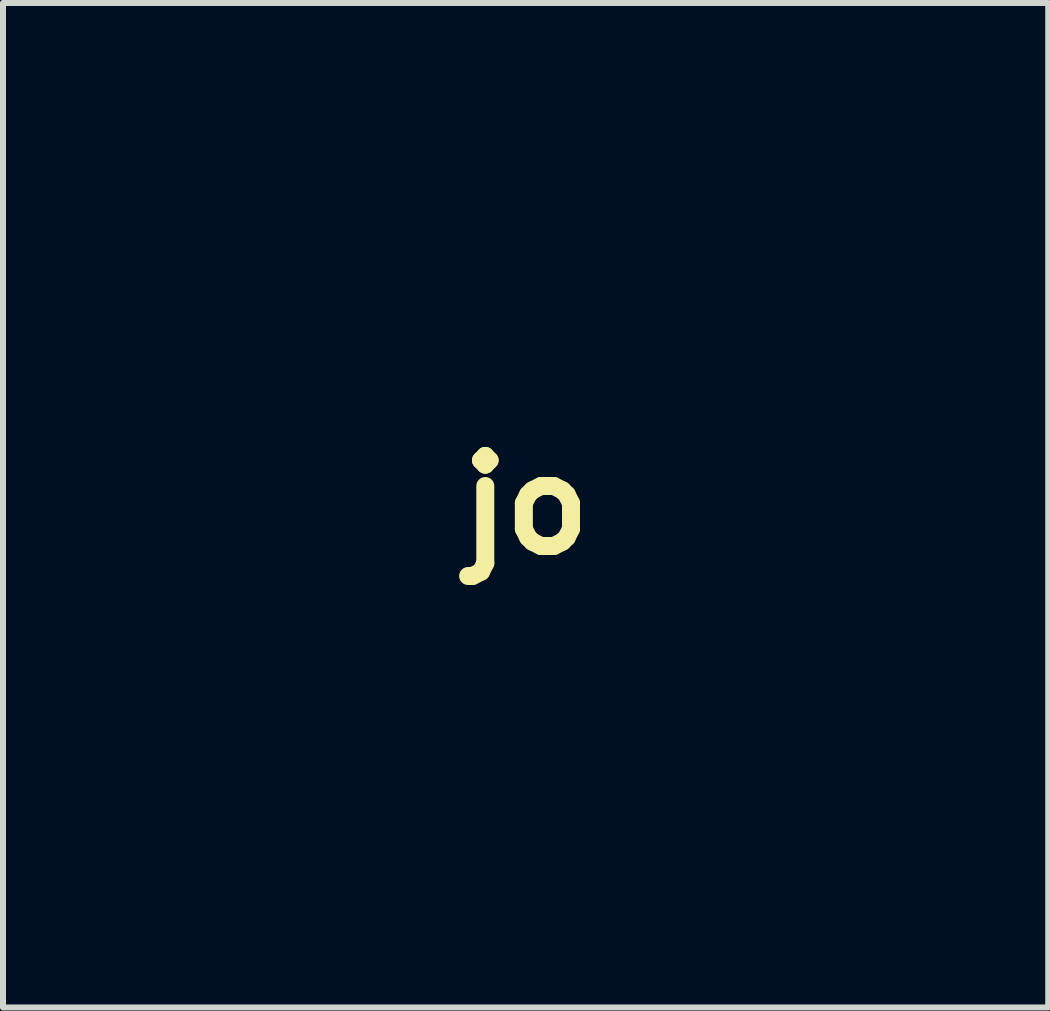
<source format=kicad_pcb>
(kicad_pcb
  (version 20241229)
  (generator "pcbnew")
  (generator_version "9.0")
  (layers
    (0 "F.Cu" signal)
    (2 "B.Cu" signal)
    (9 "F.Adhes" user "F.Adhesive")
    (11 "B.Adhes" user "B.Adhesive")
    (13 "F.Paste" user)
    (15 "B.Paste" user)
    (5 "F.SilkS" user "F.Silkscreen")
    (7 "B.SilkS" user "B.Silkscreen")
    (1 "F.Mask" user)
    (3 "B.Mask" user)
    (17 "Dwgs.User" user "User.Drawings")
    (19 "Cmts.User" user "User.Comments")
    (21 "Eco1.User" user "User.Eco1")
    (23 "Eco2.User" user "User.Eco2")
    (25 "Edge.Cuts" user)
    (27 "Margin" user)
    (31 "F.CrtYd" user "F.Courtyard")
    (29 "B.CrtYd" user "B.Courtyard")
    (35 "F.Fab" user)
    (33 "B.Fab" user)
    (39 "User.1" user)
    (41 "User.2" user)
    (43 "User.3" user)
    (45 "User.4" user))
  (footprint "jo"
    (layer "F.Cu")
    (at 5.717 5.372)
    (property "Reference" "jo" (at 0 0 0) (layer "F.SilkS") (effects (font (size 1.5 1.5) (thickness 0.3))))
    (attr board_only exclude_from_pos_files exclude_from_bom)
    (fp_poly (pts (xy 5.367 0.114) (xy 5.514 0.201) (xy 5.615 0.262) (xy 5.676 0.303) (xy 5.702 0.326) (xy 5.704 0.332) (xy 5.686 0.38) (xy 5.635 0.462) (xy 5.561 0.565) (xy 5.471 0.678) (xy 5.375 0.791) (xy 5.299 0.873) (xy 5.055 1.104) (xy 4.817 1.288) (xy 4.654 1.39) (xy 4.519 1.467) (xy 4.409 1.41) (xy 4.33 1.359) (xy 4.257 1.304) (xy 4.478 1.304) (xy 4.485 1.319) (xy 4.502 1.321) (xy 4.542 1.299) (xy 4.548 1.291) (xy 4.544 1.274) (xy 4.52 1.28) (xy 4.478 1.304) (xy 4.257 1.304) (xy 4.231 1.284) (xy 4.187 1.246) (xy 4.594 1.246) (xy 4.609 1.261) (xy 4.624 1.246) (xy 4.609 1.231) (xy 4.594 1.246) (xy 4.187 1.246) (xy 4.139 1.204) (xy 3.981 1.059) (xy 4.175 1.059) (xy 4.242 1.143) (xy 4.298 1.2) (xy 4.348 1.229) (xy 4.353 1.229) (xy 4.364 1.215) (xy 4.338 1.186) (xy 4.744 1.186) (xy 4.759 1.201) (xy 4.774 1.186) (xy 4.759 1.171) (xy 4.744 1.186) (xy 4.338 1.186) (xy 4.329 1.175) (xy 4.308 1.158) (xy 4.252 1.107) (xy 4.237 1.069) (xy 4.256 1.023) (xy 4.26 1.015) (xy 4.287 0.968) (xy 4.28 0.966) (xy 4.238 1.002) (xy 4.175 1.059) (xy 3.981 1.059) (xy 3.978 1.056) (xy 4.128 0.909) (xy 4.201 0.841) (xy 4.383 0.841) (xy 4.394 0.87) (xy 4.397 0.871) (xy 4.422 0.85) (xy 4.428 0.841) (xy 4.426 0.813) (xy 4.415 0.811) (xy 4.385 0.832) (xy 4.383 0.841) (xy 4.201 0.841) (xy 4.233 0.811) (xy 4.356 0.701) (xy 4.459 0.614) (xy 4.546 0.541) (xy 4.614 0.484) (xy 4.651 0.453) (xy 4.654 0.45) (xy 4.687 0.423) (xy 4.756 0.37) (xy 4.846 0.303) (xy 4.944 0.23) (xy 5.038 0.162) (xy 5.112 0.109) (xy 5.127 0.099) (xy 5.224 0.032)) (stroke (width 0) (type solid)) (fill yes) (layer "F.Mask"))
    (fp_poly (pts (xy 4.326 -0.321) (xy 4.466 -0.308) (xy 4.615 -0.288) (xy 4.755 -0.264) (xy 4.869 -0.238) (xy 4.909 -0.226) (xy 5.007 -0.198) (xy 5.096 -0.182) (xy 5.112 -0.181) (xy 5.171 -0.171) (xy 5.194 -0.15) (xy 5.171 -0.121) (xy 5.164 -0.12) (xy 5.101 -0.099) (xy 5.003 -0.04) (xy 4.875 0.051) (xy 4.726 0.17) (xy 4.56 0.311) (xy 4.384 0.469) (xy 4.205 0.639) (xy 4.029 0.814) (xy 3.954 0.893) (xy 3.878 0.97) (xy 3.819 1.025) (xy 3.787 1.047) (xy 3.786 1.047) (xy 3.748 1.041) (xy 3.672 1.028) (xy 3.618 1.019) (xy 3.502 0.996) (xy 3.366 0.963) (xy 3.286 0.942) (xy 3.103 0.89) (xy 3.104 0.889) (xy 3.631 0.889) (xy 3.673 0.893) (xy 3.693 0.894) (xy 3.748 0.891) (xy 3.754 0.883) (xy 3.745 0.88) (xy 3.669 0.875) (xy 3.64 0.88) (xy 3.631 0.889) (xy 3.104 0.889) (xy 3.137 0.821) (xy 3.463 0.821) (xy 3.467 0.838) (xy 3.483 0.841) (xy 3.507 0.83) (xy 3.505 0.826) (xy 3.783 0.826) (xy 3.798 0.841) (xy 3.813 0.826) (xy 3.798 0.811) (xy 3.783 0.826) (xy 3.505 0.826) (xy 3.503 0.821) (xy 3.467 0.817) (xy 3.463 0.821) (xy 3.137 0.821) (xy 3.155 0.782) (xy 3.31 0.782) (xy 3.316 0.804) (xy 3.353 0.81) (xy 3.37 0.81) (xy 3.413 0.805) (xy 3.402 0.787) (xy 3.395 0.782) (xy 3.374 0.758) (xy 3.383 0.716) (xy 3.41 0.67) (xy 3.969 0.67) (xy 3.969 0.69) (xy 3.974 0.691) (xy 4 0.67) (xy 4.027 0.638) (xy 4.053 0.602) (xy 4.037 0.61) (xy 4.016 0.627) (xy 3.969 0.67) (xy 3.41 0.67) (xy 3.425 0.645) (xy 3.433 0.633) (xy 3.481 0.555) (xy 4.083 0.555) (xy 4.098 0.57) (xy 4.113 0.555) (xy 4.098 0.54) (xy 4.083 0.555) (xy 3.481 0.555) (xy 3.483 0.551) (xy 3.5 0.515) (xy 3.485 0.524) (xy 3.442 0.576) (xy 3.394 0.643) (xy 3.335 0.732) (xy 3.31 0.782) (xy 3.155 0.782) (xy 3.162 0.769) (xy 3.232 0.645) (xy 3.329 0.502) (xy 3.369 0.45) (xy 4.188 0.45) (xy 4.19 0.478) (xy 4.2 0.48) (xy 4.242 0.458) (xy 4.248 0.45) (xy 4.247 0.423) (xy 4.237 0.42) (xy 4.194 0.442) (xy 4.188 0.45) (xy 3.369 0.45) (xy 3.426 0.375) (xy 3.573 0.375) (xy 3.588 0.39) (xy 3.603 0.375) (xy 3.588 0.36) (xy 3.573 0.375) (xy 3.426 0.375) (xy 3.447 0.348) (xy 3.478 0.31) (xy 4.333 0.31) (xy 4.338 0.328) (xy 4.353 0.33) (xy 4.378 0.319) (xy 4.373 0.31) (xy 4.338 0.307) (xy 4.333 0.31) (xy 3.478 0.31) (xy 3.577 0.191) (xy 3.711 0.042) (xy 3.841 -0.093) (xy 3.961 -0.204) (xy 4.062 -0.282) (xy 4.136 -0.32) (xy 4.21 -0.326)) (stroke (width 0) (type solid)) (fill yes) (layer "F.Mask"))
    (fp_poly (pts (xy 2.137 -4.745) (xy 2.243 -4.695) (xy 2.331 -4.645) (xy 2.428 -4.588) (xy 2.511 -4.54) (xy 2.554 -4.516) (xy 2.626 -4.468) (xy 2.664 -4.438) (xy 2.729 -4.393) (xy 2.767 -4.375) (xy 2.796 -4.356) (xy 2.803 -4.321) (xy 2.785 -4.266) (xy 2.74 -4.186) (xy 2.665 -4.074) (xy 2.556 -3.926) (xy 2.443 -3.779) (xy 2.371 -3.692) (xy 2.276 -3.586) (xy 2.167 -3.472) (xy 2.055 -3.36) (xy 1.952 -3.26) (xy 1.867 -3.184) (xy 1.81 -3.142) (xy 1.809 -3.141) (xy 1.758 -3.108) (xy 1.741 -3.092) (xy 1.702 -3.056) (xy 1.624 -2.995) (xy 1.521 -2.921) (xy 1.406 -2.841) (xy 1.292 -2.764) (xy 1.191 -2.7) (xy 1.116 -2.657) (xy 1.114 -2.656) (xy 1.011 -2.608) (xy 0.939 -2.588) (xy 0.876 -2.596) (xy 0.803 -2.629) (xy 0.796 -2.633) (xy 0.707 -2.688) (xy 0.601 -2.767) (xy 0.568 -2.794) (xy 0.938 -2.794) (xy 0.942 -2.792) (xy 0.97 -2.813) (xy 0.976 -2.822) (xy 0.983 -2.85) (xy 0.979 -2.852) (xy 0.952 -2.831) (xy 0.946 -2.822) (xy 0.938 -2.794) (xy 0.568 -2.794) (xy 0.487 -2.861) (xy 0.376 -2.96) (xy 0.364 -2.971) (xy 0.707 -2.971) (xy 0.711 -2.957) (xy 0.753 -2.918) (xy 0.781 -2.897) (xy 0.856 -2.845) (xy 0.895 -2.825) (xy 0.891 -2.837) (xy 0.842 -2.882) (xy 0.826 -2.896) (xy 0.824 -2.897) (xy 1.051 -2.897) (xy 1.066 -2.882) (xy 1.081 -2.897) (xy 1.066 -2.912) (xy 1.051 -2.897) (xy 0.824 -2.897) (xy 0.761 -2.944) (xy 0.713 -2.97) (xy 0.707 -2.971) (xy 0.364 -2.971) (xy 0.277 -3.055) (xy 0.2 -3.137) (xy 0.157 -3.197) (xy 0.15 -3.217) (xy 0.156 -3.23) (xy 0.417 -3.23) (xy 0.427 -3.191) (xy 0.49 -3.125) (xy 0.515 -3.104) (xy 0.598 -3.038) (xy 0.645 -3.008) (xy 0.653 -3.013) (xy 0.618 -3.054) (xy 0.565 -3.104) (xy 0.505 -3.166) (xy 0.473 -3.211) (xy 0.472 -3.224) (xy 0.469 -3.242) (xy 0.46 -3.243) (xy 0.417 -3.23) (xy 0.156 -3.23) (xy 0.173 -3.264) (xy 0.197 -3.293) (xy 0.49 -3.293) (xy 0.495 -3.275) (xy 0.51 -3.273) (xy 0.535 -3.284) (xy 0.533 -3.288) (xy 1.651 -3.288) (xy 1.666 -3.273) (xy 1.681 -3.288) (xy 1.666 -3.303) (xy 1.651 -3.288) (xy 0.533 -3.288) (xy 0.53 -3.293) (xy 0.495 -3.296) (xy 0.49 -3.293) (xy 0.197 -3.293) (xy 0.24 -3.343) (xy 0.319 -3.423) (xy 0.6 -3.423) (xy 0.611 -3.393) (xy 0.614 -3.393) (xy 0.639 -3.414) (xy 0.646 -3.423) (xy 0.643 -3.45) (xy 0.632 -3.453) (xy 0.602 -3.431) (xy 0.6 -3.423) (xy 0.319 -3.423) (xy 0.344 -3.447) (xy 0.48 -3.574) (xy 0.564 -3.648) (xy 0.871 -3.648) (xy 0.886 -3.633) (xy 0.901 -3.648) (xy 0.886 -3.663) (xy 0.871 -3.648) (xy 0.564 -3.648) (xy 0.643 -3.718) (xy 0.774 -3.828) (xy 1.081 -3.828) (xy 1.096 -3.813) (xy 1.111 -3.828) (xy 1.096 -3.843) (xy 1.081 -3.828) (xy 0.774 -3.828) (xy 0.828 -3.874) (xy 1.029 -4.039) (xy 1.241 -4.207) (xy 1.458 -4.374) (xy 1.674 -4.536) (xy 1.886 -4.688) (xy 1.916 -4.709) (xy 1.987 -4.75) (xy 2.056 -4.762)) (stroke (width 0) (type solid)) (fill yes) (layer "F.Mask"))
    (fp_poly (pts (xy 0.616 -5.367) (xy 0.675 -5.363) (xy 0.83 -5.349) (xy 0.995 -5.326) (xy 1.136 -5.301) (xy 1.156 -5.297) (xy 1.288 -5.267) (xy 1.449 -5.231) (xy 1.607 -5.196) (xy 1.636 -5.19) (xy 1.798 -5.154) (xy 1.91 -5.129) (xy 1.981 -5.111) (xy 2.02 -5.098) (xy 2.037 -5.088) (xy 2.041 -5.078) (xy 2.041 -5.078) (xy 2.016 -5.056) (xy 1.951 -5.017) (xy 1.868 -4.973) (xy 1.748 -4.907) (xy 1.614 -4.825) (xy 1.52 -4.762) (xy 1.401 -4.672) (xy 1.248 -4.547) (xy 1.071 -4.395) (xy 0.878 -4.223) (xy 0.678 -4.041) (xy 0.48 -3.855) (xy 0.292 -3.673) (xy 0.195 -3.576) (xy 0.074 -3.457) (xy -0.035 -3.354) (xy -0.125 -3.275) (xy -0.187 -3.227) (xy -0.21 -3.215) (xy -0.257 -3.224) (xy -0.347 -3.245) (xy -0.465 -3.274) (xy -0.54 -3.293) (xy -0.693 -3.333) (xy -0.853 -3.374) (xy -0.991 -3.408) (xy -1.028 -3.418) (xy -1.13 -3.448) (xy -1.203 -3.478) (xy -1.227 -3.5) (xy -0.428 -3.5) (xy -0.388 -3.475) (xy -0.375 -3.469) (xy -0.303 -3.437) (xy -0.261 -3.434) (xy -0.228 -3.463) (xy -0.198 -3.506) (xy -0.14 -3.588) (xy -0.213 -3.522) (xy -0.279 -3.478) (xy -0.33 -3.483) (xy -0.331 -3.484) (xy -0.395 -3.508) (xy -0.42 -3.511) (xy -0.428 -3.5) (xy -1.227 -3.5) (xy -1.231 -3.503) (xy -1.231 -3.504) (xy -1.223 -3.533) (xy -0.53 -3.533) (xy -0.526 -3.515) (xy -0.51 -3.513) (xy -0.486 -3.524) (xy -0.49 -3.533) (xy -0.526 -3.536) (xy -0.53 -3.533) (xy -1.223 -3.533) (xy -1.214 -3.563) (xy -0.651 -3.563) (xy -0.646 -3.545) (xy -0.63 -3.543) (xy -0.606 -3.554) (xy -0.61 -3.563) (xy -0.646 -3.566) (xy -0.651 -3.563) (xy -1.214 -3.563) (xy -1.214 -3.564) (xy -1.183 -3.629) (xy -0.961 -3.629) (xy -0.934 -3.607) (xy -0.867 -3.589) (xy -0.779 -3.581) (xy -0.766 -3.581) (xy -0.733 -3.583) (xy -0.758 -3.591) (xy -0.775 -3.594) (xy -0.825 -3.618) (xy -0.12 -3.618) (xy -0.105 -3.603) (xy -0.09 -3.618) (xy -0.105 -3.633) (xy -0.12 -3.618) (xy -0.825 -3.618) (xy -0.844 -3.626) (xy -0.859 -3.687) (xy -0.839 -3.738) (xy 0 -3.738) (xy 0.015 -3.723) (xy 0.03 -3.738) (xy 0.015 -3.753) (xy 0 -3.738) (xy -0.839 -3.738) (xy -0.825 -3.773) (xy -0.8 -3.818) (xy -0.804 -3.822) (xy -0.842 -3.783) (xy -0.868 -3.754) (xy -0.923 -3.688) (xy -0.956 -3.64) (xy -0.961 -3.629) (xy -1.183 -3.629) (xy -1.167 -3.661) (xy -1.098 -3.784) (xy -1.013 -3.921) (xy -1.011 -3.923) (xy -0.771 -3.923) (xy -0.766 -3.905) (xy -0.751 -3.903) (xy -0.726 -3.914) (xy -0.731 -3.923) (xy -0.766 -3.927) (xy -0.771 -3.923) (xy -1.011 -3.923) (xy -0.975 -3.978) (xy -0.721 -3.978) (xy -0.706 -3.963) (xy -0.691 -3.978) (xy -0.706 -3.993) (xy -0.721 -3.978) (xy -0.975 -3.978) (xy -0.925 -4.053) (xy -0.691 -4.053) (xy -0.668 -4.024) (xy -0.661 -4.023) (xy -0.631 -4.046) (xy -0.63 -4.053) (xy -0.653 -4.082) (xy -0.661 -4.083) (xy -0.69 -4.06) (xy -0.691 -4.053) (xy -0.925 -4.053) (xy -0.919 -4.062) (xy -0.823 -4.197) (xy -0.732 -4.313) (xy -0.684 -4.368) (xy -0.64 -4.417) (xy -0.569 -4.498) (xy -0.482 -4.595) (xy -0.444 -4.639) (xy -0.361 -4.729) (xy -0.09 -4.729) (xy -0.075 -4.714) (xy -0.06 -4.729) (xy -0.075 -4.744) (xy -0.09 -4.729) (xy -0.361 -4.729) (xy -0.284 -4.813) (xy -0.126 -4.974) (xy 0.022 -5.115) (xy 0.152 -5.227) (xy 0.255 -5.303) (xy 0.285 -5.32) (xy 0.35 -5.35) (xy 0.416 -5.367) (xy 0.498 -5.372)) (stroke (width 0) (type solid)) (fill yes) (layer "F.Mask"))
    (fp_poly (pts (xy 2.306 0.803) (xy 2.298 0.833) (xy 2.272 0.915) (xy 2.244 1.029) (xy 2.216 1.162) (xy 2.19 1.304) (xy 2.167 1.443) (xy 2.151 1.567) (xy 2.141 1.664) (xy 2.142 1.724) (xy 2.15 1.737) (xy 2.186 1.72) (xy 2.264 1.682) (xy 2.375 1.627) (xy 2.509 1.561) (xy 2.552 1.54) (xy 2.819 1.409) (xy 3.038 1.304) (xy 3.217 1.223) (xy 3.362 1.163) (xy 3.478 1.123) (xy 3.571 1.101) (xy 3.649 1.095) (xy 3.717 1.103) (xy 3.782 1.122) (xy 3.805 1.131) (xy 3.889 1.192) (xy 3.963 1.291) (xy 4.012 1.404) (xy 4.023 1.481) (xy 4.012 1.543) (xy 3.982 1.64) (xy 3.94 1.753) (xy 3.934 1.77) (xy 3.883 1.907) (xy 3.838 2.053) (xy 3.81 2.172) (xy 3.784 2.303) (xy 3.753 2.437) (xy 3.736 2.507) (xy 3.712 2.603) (xy 3.693 2.698) (xy 3.678 2.8) (xy 3.666 2.92) (xy 3.656 3.067) (xy 3.648 3.251) (xy 3.639 3.481) (xy 3.636 3.588) (xy 3.629 3.805) (xy 3.622 3.972) (xy 3.615 4.097) (xy 3.606 4.19) (xy 3.593 4.259) (xy 3.577 4.314) (xy 3.556 4.364) (xy 3.541 4.396) (xy 3.476 4.499) (xy 3.398 4.594) (xy 3.362 4.628) (xy 3.32 4.659) (xy 3.272 4.686) (xy 3.211 4.71) (xy 3.128 4.736) (xy 3.013 4.764) (xy 2.858 4.799) (xy 2.655 4.842) (xy 2.612 4.851) (xy 2.492 4.877) (xy 2.386 4.903) (xy 2.316 4.923) (xy 2.312 4.924) (xy 2.224 4.95) (xy 2.147 4.967) (xy 2.056 4.986) (xy 1.919 5.018) (xy 1.747 5.059) (xy 1.55 5.108) (xy 1.34 5.162) (xy 1.128 5.217) (xy 0.925 5.271) (xy 0.743 5.321) (xy 0.721 5.327) (xy 0.575 5.362) (xy 0.468 5.37) (xy 0.384 5.351) (xy 0.315 5.309) (xy 0.271 5.27) (xy 0.248 5.231) (xy 0.242 5.172) (xy 0.242 5.164) (xy 0.409 5.164) (xy 0.429 5.216) (xy 0.452 5.224) (xy 0.489 5.202) (xy 0.495 5.194) (xy 0.491 5.167) (xy 0.478 5.164) (xy 0.57 5.164) (xy 0.581 5.193) (xy 0.584 5.194) (xy 0.609 5.173) (xy 0.615 5.164) (xy 0.613 5.136) (xy 0.602 5.134) (xy 0.572 5.156) (xy 0.57 5.164) (xy 0.478 5.164) (xy 0.461 5.138) (xy 0.46 5.127) (xy 0.704 5.127) (xy 0.733 5.132) (xy 0.772 5.126) (xy 0.772 5.116) (xy 0.751 5.112) (xy 0.811 5.112) (xy 0.833 5.126) (xy 0.863 5.119) (xy 0.913 5.102) (xy 1.006 5.074) (xy 1.127 5.038) (xy 1.216 5.013) (xy 1.332 4.979) (xy 1.414 4.951) (xy 1.455 4.932) (xy 1.451 4.926) (xy 1.372 4.935) (xy 1.306 4.954) (xy 1.217 4.981) (xy 1.132 5) (xy 1.009 5.026) (xy 0.906 5.057) (xy 0.835 5.088) (xy 0.811 5.112) (xy 0.751 5.112) (xy 0.732 5.109) (xy 0.715 5.114) (xy 0.704 5.127) (xy 0.46 5.127) (xy 0.456 5.073) (xy 0.462 4.989) (xy 0.474 4.92) (xy 1.565 4.92) (xy 1.599 4.92) (xy 1.685 4.899) (xy 1.741 4.882) (xy 1.835 4.854) (xy 1.891 4.84) (xy 1.929 4.834) (xy 1.957 4.834) (xy 1.978 4.823) (xy 1.974 4.816) (xy 1.937 4.812) (xy 1.862 4.821) (xy 1.768 4.839) (xy 1.676 4.861) (xy 1.605 4.884) (xy 1.578 4.899) (xy 1.565 4.92) (xy 0.474 4.92) (xy 0.476 4.905) (xy 0.497 4.841) (xy 0.51 4.823) (xy 0.519 4.804) (xy 2.012 4.804) (xy 2.036 4.831) (xy 2.055 4.834) (xy 2.106 4.816) (xy 2.117 4.804) (xy 2.107 4.78) (xy 2.073 4.774) (xy 2.024 4.786) (xy 2.012 4.804) (xy 0.519 4.804) (xy 0.538 4.766) (xy 0.539 4.754) (xy 2.172 4.754) (xy 2.176 4.772) (xy 2.192 4.774) (xy 2.216 4.763) (xy 2.212 4.754) (xy 2.176 4.75) (xy 2.172 4.754) (xy 0.539 4.754) (xy 0.54 4.745) (xy 0.553 4.696) (xy 0.563 4.669) (xy 2.552 4.669) (xy 2.567 4.684) (xy 2.582 4.669) (xy 2.567 4.654) (xy 2.552 4.669) (xy 0.563 4.669) (xy 0.576 4.634) (xy 2.682 4.634) (xy 2.686 4.651) (xy 2.702 4.654) (xy 2.727 4.643) (xy 2.722 4.634) (xy 2.687 4.63) (xy 2.682 4.634) (xy 0.576 4.634) (xy 0.585 4.611) (xy 0.586 4.609) (xy 2.822 4.609) (xy 2.837 4.624) (xy 2.852 4.609) (xy 2.837 4.594) (xy 2.822 4.609) (xy 0.586 4.609) (xy 0.599 4.579) (xy 2.882 4.579) (xy 2.897 4.594) (xy 2.912 4.579) (xy 2.907 4.574) (xy 2.982 4.574) (xy 2.986 4.591) (xy 3.002 4.594) (xy 3.027 4.583) (xy 3.022 4.574) (xy 2.987 4.57) (xy 2.982 4.574) (xy 2.907 4.574) (xy 2.897 4.564) (xy 2.882 4.579) (xy 0.599 4.579) (xy 0.62 4.532) (xy 3.19 4.532) (xy 3.194 4.534) (xy 3.221 4.512) (xy 3.228 4.504) (xy 3.235 4.475) (xy 3.231 4.474) (xy 3.204 4.495) (xy 3.198 4.504) (xy 3.19 4.532) (xy 0.62 4.532) (xy 0.629 4.511) (xy 0.659 4.442) (xy 3.28 4.442) (xy 3.284 4.443) (xy 3.311 4.422) (xy 3.318 4.413) (xy 3.325 4.385) (xy 3.321 4.383) (xy 3.294 4.405) (xy 3.288 4.413) (xy 3.28 4.442) (xy 0.659 4.442) (xy 0.669 4.419) (xy 0.691 4.352) (xy 0.69 4.324) (xy 0.689 4.323) (xy 0.661 4.329) (xy 0.66 4.331) (xy 0.65 4.36) (xy 0.622 4.431) (xy 0.582 4.53) (xy 0.57 4.559) (xy 0.495 4.758) (xy 0.443 4.929) (xy 0.413 5.066) (xy 0.409 5.164) (xy 0.242 5.164) (xy 0.247 5.076) (xy 0.25 5.046) (xy 0.27 4.909) (xy 0.304 4.766) (xy 0.331 4.684) (xy 0.39 4.54) (xy 0.459 4.389) (xy 0.513 4.278) (xy 3.363 4.278) (xy 3.378 4.293) (xy 3.393 4.278) (xy 3.378 4.263) (xy 3.363 4.278) (xy 0.513 4.278) (xy 0.526 4.253) (xy 0.736 4.253) (xy 0.762 4.222) (xy 0.765 4.218) (xy 0.779 4.203) (xy 3.423 4.203) (xy 3.434 4.228) (xy 3.443 4.223) (xy 3.446 4.188) (xy 3.443 4.183) (xy 3.425 4.187) (xy 3.423 4.203) (xy 0.779 4.203) (xy 0.823 4.155) (xy 0.862 4.121) (xy 0.879 4.106) (xy 0.974 4.106) (xy 1.003 4.111) (xy 1.042 4.105) (xy 1.043 4.098) (xy 1.169 4.098) (xy 1.198 4.102) (xy 1.275 4.104) (xy 1.276 4.104) (xy 1.356 4.102) (xy 1.391 4.098) (xy 1.374 4.092) (xy 1.283 4.087) (xy 1.194 4.091) (xy 1.169 4.098) (xy 1.043 4.098) (xy 1.043 4.095) (xy 1.003 4.088) (xy 0.985 4.093) (xy 0.974 4.106) (xy 0.879 4.106) (xy 0.896 4.092) (xy 0.881 4.084) (xy 0.862 4.083) (xy 0.817 4.108) (xy 0.771 4.169) (xy 0.765 4.181) (xy 0.737 4.241) (xy 0.736 4.253) (xy 0.526 4.253) (xy 0.531 4.243) (xy 0.6 4.114) (xy 0.661 4.013) (xy 0.707 3.951) (xy 0.72 3.941) (xy 0.777 3.924) (xy 0.888 3.912) (xy 1.054 3.906) (xy 1.237 3.905) (xy 1.4 3.905) (xy 1.544 3.905) (xy 1.656 3.904) (xy 1.726 3.903) (xy 1.741 3.903) (xy 1.787 3.9) (xy 1.88 3.895) (xy 2.007 3.888) (xy 2.157 3.88) (xy 2.192 3.879) (xy 2.597 3.858) (xy 2.623 3.588) (xy 2.636 3.467) (xy 2.651 3.37) (xy 2.666 3.312) (xy 2.671 3.303) (xy 2.685 3.267) (xy 2.7 3.186) (xy 2.715 3.074) (xy 2.729 2.947) (xy 2.74 2.817) (xy 2.741 2.807) (xy 2.882 2.807) (xy 2.897 2.822) (xy 2.912 2.807) (xy 2.897 2.792) (xy 2.882 2.807) (xy 2.741 2.807) (xy 2.747 2.701) (xy 2.748 2.612) (xy 2.743 2.568) (xy 2.716 2.534) (xy 2.659 2.526) (xy 2.609 2.531) (xy 2.569 2.537) (xy 2.527 2.547) (xy 2.478 2.562) (xy 2.418 2.585) (xy 2.34 2.618) (xy 2.242 2.663) (xy 2.116 2.724) (xy 1.959 2.801) (xy 1.765 2.898) (xy 1.53 3.017) (xy 1.249 3.16) (xy 1.111 3.229) (xy 1.007 3.282) (xy 0.914 3.329) (xy 0.866 3.353) (xy 0.743 3.389) (xy 0.622 3.382) (xy 0.568 3.362) (xy 0.522 3.305) (xy 0.512 3.208) (xy 0.515 3.198) (xy 0.661 3.198) (xy 0.676 3.213) (xy 0.691 3.198) (xy 0.676 3.183) (xy 0.661 3.198) (xy 0.515 3.198) (xy 0.539 3.079) (xy 0.557 3.032) (xy 0.706 3.032) (xy 0.708 3.06) (xy 0.719 3.062) (xy 0.749 3.041) (xy 0.751 3.032) (xy 0.74 3.003) (xy 0.737 3.002) (xy 0.712 3.023) (xy 0.706 3.032) (xy 0.557 3.032) (xy 0.59 2.948) (xy 0.618 2.892) (xy 1.361 2.892) (xy 1.365 2.91) (xy 1.381 2.912) (xy 1.406 2.901) (xy 1.401 2.892) (xy 1.365 2.889) (xy 1.361 2.892) (xy 0.618 2.892) (xy 0.635 2.856) (xy 0.672 2.789) (xy 0.691 2.762) (xy 0.719 2.728) (xy 0.759 2.664) (xy 0.763 2.657) (xy 0.835 2.542) (xy 0.86 2.507) (xy 1.051 2.507) (xy 1.066 2.522) (xy 1.081 2.507) (xy 1.066 2.492) (xy 1.051 2.507) (xy 0.86 2.507) (xy 0.945 2.388) (xy 1.089 2.199) (xy 1.265 1.978) (xy 1.441 1.764) (xy 1.548 1.635) (xy 1.656 1.503) (xy 1.751 1.385) (xy 1.801 1.322) (xy 1.884 1.22) (xy 1.978 1.111) (xy 2.073 1.003) (xy 2.162 0.907) (xy 2.236 0.832) (xy 2.285 0.788) (xy 2.298 0.781)) (stroke (width 0) (type solid)) (fill yes) (layer "F.Mask"))
    (fp_poly (pts (xy -2.532 -3.573) (xy -2.545 -3.511) (xy -2.565 -3.407) (xy -2.587 -3.279) (xy -2.598 -3.213) (xy -2.621 -3.083) (xy -2.645 -2.972) (xy -2.665 -2.896) (xy -2.674 -2.875) (xy -2.692 -2.819) (xy -2.713 -2.725) (xy -2.731 -2.62) (xy -2.751 -2.498) (xy -2.776 -2.386) (xy -2.795 -2.317) (xy -2.814 -2.234) (xy -2.795 -2.193) (xy -2.735 -2.195) (xy -2.642 -2.233) (xy -2.532 -2.285) (xy -2.405 -2.342) (xy -2.349 -2.366) (xy -2.253 -2.409) (xy -2.123 -2.467) (xy -1.98 -2.534) (xy -1.899 -2.572) (xy -1.752 -2.641) (xy -1.599 -2.712) (xy -1.466 -2.774) (xy -1.411 -2.799) (xy -1.275 -2.862) (xy -1.124 -2.935) (xy -1.019 -2.987) (xy -0.784 -3.084) (xy -0.565 -3.133) (xy -0.366 -3.137) (xy -0.192 -3.094) (xy -0.048 -3.007) (xy 0.061 -2.876) (xy 0.1 -2.795) (xy 0.134 -2.645) (xy 0.131 -2.471) (xy 0.093 -2.297) (xy 0.051 -2.196) (xy -0.035 -2.007) (xy -0.113 -1.802) (xy -0.171 -1.613) (xy -0.177 -1.591) (xy -0.237 -1.333) (xy -0.284 -1.12) (xy -0.319 -0.94) (xy -0.346 -0.779) (xy -0.361 -0.674) (xy -0.379 -0.549) (xy -0.396 -0.443) (xy -0.41 -0.375) (xy -0.414 -0.36) (xy -0.429 -0.296) (xy -0.445 -0.182) (xy -0.46 -0.026) (xy -0.474 0.159) (xy -0.487 0.366) (xy -0.497 0.584) (xy -0.504 0.804) (xy -0.507 0.961) (xy -0.511 1.192) (xy -0.518 1.375) (xy -0.528 1.519) (xy -0.545 1.635) (xy -0.568 1.736) (xy -0.599 1.83) (xy -0.629 1.903) (xy -0.744 2.11) (xy -0.89 2.267) (xy -1.071 2.376) (xy -1.156 2.408) (xy -1.234 2.429) (xy -1.364 2.46) (xy -1.538 2.5) (xy -1.75 2.546) (xy -1.992 2.597) (xy -2.258 2.652) (xy -2.277 2.656) (xy -2.42 2.686) (xy -2.541 2.713) (xy -2.629 2.734) (xy -2.671 2.747) (xy -2.673 2.747) (xy -2.711 2.76) (xy -2.794 2.781) (xy -2.906 2.807) (xy -2.962 2.819) (xy -3.11 2.852) (xy -3.288 2.893) (xy -3.468 2.935) (xy -3.558 2.957) (xy -3.705 2.993) (xy -3.842 3.026) (xy -3.953 3.052) (xy -4.008 3.065) (xy -4.106 3.087) (xy -4.229 3.116) (xy -4.308 3.135) (xy -4.417 3.161) (xy -4.561 3.195) (xy -4.718 3.233) (xy -4.804 3.253) (xy -4.946 3.287) (xy -5.077 3.32) (xy -5.18 3.348) (xy -5.224 3.36) (xy -5.37 3.389) (xy -5.489 3.375) (xy -5.56 3.341) (xy -5.64 3.274) (xy -5.689 3.186) (xy -5.705 3.105) (xy -5.494 3.105) (xy -5.469 3.154) (xy -5.402 3.172) (xy -5.359 3.168) (xy -5.289 3.155) (xy -5.198 3.138) (xy -5.187 3.136) (xy -5.114 3.118) (xy -5.076 3.098) (xy -5.074 3.093) (xy -5.097 3.088) (xy -5.036 3.088) (xy -5.029 3.09) (xy -4.984 3.082) (xy -4.906 3.062) (xy -4.864 3.049) (xy -4.798 3.025) (xy -4.776 3.01) (xy -4.789 3.007) (xy -4.838 3.014) (xy -4.904 3.032) (xy -4.971 3.054) (xy -5.02 3.074) (xy -5.036 3.088) (xy -5.097 3.088) (xy -5.1 3.087) (xy -5.169 3.095) (xy -5.241 3.109) (xy -5.338 3.129) (xy -5.392 3.132) (xy -5.418 3.118) (xy -5.424 3.105) (xy -5.455 3.067) (xy -5.486 3.073) (xy -5.494 3.105) (xy -5.705 3.105) (xy -5.713 3.063) (xy -5.715 2.972) (xy -5.52 2.972) (xy -5.515 3.015) (xy -5.504 3.01) (xy -5.503 2.993) (xy -4.695 2.993) (xy -4.654 2.998) (xy -4.611 2.993) (xy -4.616 2.982) (xy -4.678 2.979) (xy -4.691 2.982) (xy -4.695 2.993) (xy -5.503 2.993) (xy -5.502 2.965) (xy -4.551 2.965) (xy -4.521 2.97) (xy -4.482 2.964) (xy -4.482 2.954) (xy -4.522 2.947) (xy -4.539 2.952) (xy -4.551 2.965) (xy -5.502 2.965) (xy -5.501 2.948) (xy -5.504 2.935) (xy -5.515 2.931) (xy -5.52 2.972) (xy -5.715 2.972) (xy -5.717 2.93) (xy -5.714 2.909) (xy -4.383 2.909) (xy -4.358 2.918) (xy -4.294 2.909) (xy -4.264 2.902) (xy -4.194 2.88) (xy -4.158 2.862) (xy -4.158 2.858) (xy -4.195 2.853) (xy -4.26 2.862) (xy -4.328 2.879) (xy -4.376 2.9) (xy -4.383 2.909) (xy -5.714 2.909) (xy -5.706 2.824) (xy -5.494 2.824) (xy -5.483 2.866) (xy -5.466 2.868) (xy -5.456 2.845) (xy -4.082 2.845) (xy -4.068 2.849) (xy -4.009 2.841) (xy -3.915 2.818) (xy -3.828 2.792) (xy -3.742 2.762) (xy -3.713 2.747) (xy -3.74 2.746) (xy -3.755 2.748) (xy -3.84 2.763) (xy -3.928 2.785) (xy -4.006 2.809) (xy -4.062 2.83) (xy -4.082 2.845) (xy -5.456 2.845) (xy -5.449 2.829) (xy -5.454 2.807) (xy -5.374 2.807) (xy -5.359 2.822) (xy -5.344 2.807) (xy -5.359 2.792) (xy -5.374 2.807) (xy -5.454 2.807) (xy -5.454 2.806) (xy -5.477 2.765) (xy -5.492 2.783) (xy -5.494 2.824) (xy -5.706 2.824) (xy -5.7 2.77) (xy -5.685 2.702) (xy -5.464 2.702) (xy -5.458 2.733) (xy -5.453 2.726) (xy -3.603 2.726) (xy -3.588 2.728) (xy -3.526 2.721) (xy -3.431 2.703) (xy -3.363 2.686) (xy -3.277 2.663) (xy -3.247 2.652) (xy -3.269 2.651) (xy -3.318 2.655) (xy -3.402 2.667) (xy -3.486 2.683) (xy -3.556 2.701) (xy -3.6 2.716) (xy -3.603 2.726) (xy -5.453 2.726) (xy -5.438 2.705) (xy -5.406 2.622) (xy -3.172 2.622) (xy -3.168 2.64) (xy -3.152 2.642) (xy -3.128 2.631) (xy -3.132 2.622) (xy -3.168 2.618) (xy -3.172 2.622) (xy -5.406 2.622) (xy -5.404 2.618) (xy -5.4 2.605) (xy -3.079 2.605) (xy -3.05 2.61) (xy -3.011 2.604) (xy -3.01 2.594) (xy -3.051 2.587) (xy -3.068 2.592) (xy -3.079 2.605) (xy -5.4 2.605) (xy -5.388 2.569) (xy -2.924 2.569) (xy -2.91 2.573) (xy -2.838 2.565) (xy -2.837 2.565) (xy -2.754 2.547) (xy -2.697 2.526) (xy -2.69 2.521) (xy -2.697 2.511) (xy -2.749 2.518) (xy -2.78 2.525) (xy -2.881 2.553) (xy -2.924 2.569) (xy -5.388 2.569) (xy -5.375 2.529) (xy -5.348 2.447) (xy -2.372 2.447) (xy -2.357 2.462) (xy -2.342 2.447) (xy -2.357 2.432) (xy -2.372 2.447) (xy -5.348 2.447) (xy -5.338 2.419) (xy -5.338 2.417) (xy -2.312 2.417) (xy -2.297 2.432) (xy -2.282 2.417) (xy -2.222 2.417) (xy -2.207 2.432) (xy -2.192 2.417) (xy -2.207 2.402) (xy -2.222 2.417) (xy -2.282 2.417) (xy -2.297 2.402) (xy -2.312 2.417) (xy -5.338 2.417) (xy -5.329 2.395) (xy -2.119 2.395) (xy -2.089 2.4) (xy -2.05 2.394) (xy -2.05 2.384) (xy -2.09 2.377) (xy -2.107 2.381) (xy -2.119 2.395) (xy -5.329 2.395) (xy -5.316 2.357) (xy -1.952 2.357) (xy -1.937 2.372) (xy -1.922 2.357) (xy -1.937 2.342) (xy -1.952 2.357) (xy -5.316 2.357) (xy -5.304 2.327) (xy -5.285 2.282) (xy -1.606 2.282) (xy -1.604 2.309) (xy -1.593 2.312) (xy -1.562 2.29) (xy -1.561 2.282) (xy -1.571 2.253) (xy -1.574 2.252) (xy -1.6 2.273) (xy -1.606 2.282) (xy -5.285 2.282) (xy -5.28 2.271) (xy -5.262 2.221) (xy -5.264 2.207) (xy -1.261 2.207) (xy -1.246 2.222) (xy -1.231 2.207) (xy -1.246 2.192) (xy -1.261 2.207) (xy -5.264 2.207) (xy -5.265 2.201) (xy -5.288 2.212) (xy -5.308 2.242) (xy -5.334 2.302) (xy -5.368 2.393) (xy -5.404 2.497) (xy -5.437 2.596) (xy -5.458 2.672) (xy -5.464 2.702) (xy -5.685 2.702) (xy -5.659 2.58) (xy -5.598 2.38) (xy -5.524 2.19) (xy -5.501 2.143) (xy -5.254 2.143) (xy -5.25 2.161) (xy -5.232 2.142) (xy -5.202 2.087) (xy -1.021 2.087) (xy -1.006 2.102) (xy -0.991 2.087) (xy -1.006 2.072) (xy -1.021 2.087) (xy -5.202 2.087) (xy -5.196 2.077) (xy -5.182 2.049) (xy -5.173 2.027) (xy -0.991 2.027) (xy -0.976 2.042) (xy -0.961 2.027) (xy -0.976 2.012) (xy -0.991 2.027) (xy -5.173 2.027) (xy -5.156 1.986) (xy -5.155 1.978) (xy -0.923 1.978) (xy -0.901 1.963) (xy -0.897 1.96) (xy -0.873 1.92) (xy -0.876 1.906) (xy -0.899 1.915) (xy -0.914 1.943) (xy -0.923 1.978) (xy -5.155 1.978) (xy -5.152 1.953) (xy -5.156 1.952) (xy -5.183 1.976) (xy -5.216 2.033) (xy -5.244 2.098) (xy -5.254 2.143) (xy -5.501 2.143) (xy -5.485 2.109) (xy -5.452 2.043) (xy -5.402 1.942) (xy -5.377 1.892) (xy -5.134 1.892) (xy -5.132 1.917) (xy -5.122 1.913) (xy -5.098 1.874) (xy -5.056 1.791) (xy -5.034 1.749) (xy -4.995 1.665) (xy -4.983 1.636) (xy -0.781 1.636) (xy -0.766 1.651) (xy -0.751 1.636) (xy -0.766 1.621) (xy -0.781 1.636) (xy -4.983 1.636) (xy -4.972 1.608) (xy -4.969 1.591) (xy -4.992 1.615) (xy -5.031 1.675) (xy -5.074 1.752) (xy -5.111 1.827) (xy -5.132 1.881) (xy -5.134 1.892) (xy -5.377 1.892) (xy -5.345 1.827) (xy -5.333 1.801) (xy -5.221 1.578) (xy -5.203 1.545) (xy -4.953 1.545) (xy -4.939 1.545) (xy -4.907 1.503) (xy -4.902 1.495) (xy -4.847 1.433) (xy -4.79 1.401) (xy -4.749 1.392) (xy -4.765 1.387) (xy -4.795 1.385) (xy -4.858 1.406) (xy -4.918 1.461) (xy -4.951 1.528) (xy -4.953 1.545) (xy -5.203 1.545) (xy -5.127 1.408) (xy -5.051 1.288) (xy -5.013 1.238) (xy -5 1.225) (xy -4.986 1.213) (xy -4.966 1.202) (xy -4.935 1.194) (xy -4.89 1.186) (xy -4.827 1.18) (xy -4.741 1.175) (xy -4.628 1.171) (xy -4.484 1.168) (xy -4.304 1.166) (xy -4.086 1.164) (xy -3.824 1.162) (xy -3.514 1.161) (xy -3.152 1.159) (xy -2.748 1.158) (xy -2.088 1.156) (xy -2.052 0.993) (xy -2.033 0.892) (xy -2.012 0.753) (xy -1.991 0.598) (xy -1.982 0.514) (xy -1.967 0.382) (xy -1.952 0.273) (xy -1.941 0.2) (xy -1.935 0.178) (xy -1.922 0.136) (xy -1.922 0.135) (xy -1.741 0.135) (xy -1.726 0.15) (xy -1.711 0.135) (xy -1.726 0.12) (xy -1.741 0.135) (xy -1.922 0.135) (xy -1.908 0.063) (xy -1.907 0.056) (xy -1.886 -0.08) (xy -1.701 -0.08) (xy -1.697 -0.062) (xy -1.681 -0.06) (xy -1.657 -0.071) (xy -1.661 -0.08) (xy -1.697 -0.084) (xy -1.701 -0.08) (xy -1.886 -0.08) (xy -1.869 -0.191) (xy -1.847 -0.345) (xy -1.651 -0.345) (xy -1.636 -0.33) (xy -1.621 -0.345) (xy -1.636 -0.36) (xy -1.651 -0.345) (xy -1.847 -0.345) (xy -1.841 -0.387) (xy -1.821 -0.54) (xy -1.809 -0.658) (xy -1.803 -0.748) (xy -1.802 -0.798) (xy -1.806 -0.893) (xy -1.824 -0.949) (xy -1.862 -0.983) (xy -1.873 -0.989) (xy -1.957 -1.011) (xy -2 -0.998) (xy -2.068 -0.973) (xy -2.158 -0.951) (xy -2.169 -0.948) (xy -2.253 -0.926) (xy -2.368 -0.888) (xy -2.49 -0.841) (xy -2.5 -0.836) (xy -2.6 -0.792) (xy -2.736 -0.73) (xy -2.899 -0.653) (xy -3.079 -0.566) (xy -3.269 -0.474) (xy -3.458 -0.381) (xy -3.638 -0.291) (xy -3.801 -0.209) (xy -3.935 -0.14) (xy -4.034 -0.087) (xy -4.088 -0.056) (xy -4.088 -0.056) (xy -4.154 -0.017) (xy -4.203 -0.000008) (xy -4.203 0) (xy -4.252 0.016) (xy -4.318 0.054) (xy -4.319 0.054) (xy -4.436 0.121) (xy -4.586 0.19) (xy -4.745 0.251) (xy -4.888 0.293) (xy -4.919 0.299) (xy -5.074 0.314) (xy -5.185 0.29) (xy -5.253 0.224) (xy -5.281 0.116) (xy -5.274 -0.01) (xy -5.252 -0.098) (xy -5.227 -0.165) (xy -4.383 -0.165) (xy -4.368 -0.15) (xy -4.353 -0.165) (xy -4.368 -0.18) (xy -4.383 -0.165) (xy -5.227 -0.165) (xy -5.21 -0.213) (xy -5.155 -0.338) (xy -5.096 -0.456) (xy -5.04 -0.55) (xy -5.007 -0.59) (xy -3.533 -0.59) (xy -3.529 -0.573) (xy -3.513 -0.57) (xy -3.488 -0.581) (xy -3.493 -0.59) (xy -3.528 -0.594) (xy -3.533 -0.59) (xy -5.007 -0.59) (xy -4.999 -0.601) (xy -4.961 -0.644) (xy -4.954 -0.664) (xy -4.948 -0.676) (xy -3.363 -0.676) (xy -3.348 -0.661) (xy -3.333 -0.676) (xy -3.348 -0.691) (xy -3.363 -0.676) (xy -4.948 -0.676) (xy -4.938 -0.695) (xy -4.928 -0.711) (xy -3.293 -0.711) (xy -3.288 -0.693) (xy -3.273 -0.691) (xy -3.248 -0.702) (xy -3.253 -0.711) (xy -3.288 -0.714) (xy -3.293 -0.711) (xy -4.928 -0.711) (xy -4.913 -0.736) (xy -3.213 -0.736) (xy -3.198 -0.721) (xy -3.183 -0.736) (xy -3.198 -0.751) (xy -3.213 -0.736) (xy -4.913 -0.736) (xy -4.895 -0.763) (xy -4.89 -0.771) (xy -4.674 -0.771) (xy -4.67 -0.753) (xy -4.654 -0.751) (xy -4.629 -0.762) (xy -4.634 -0.771) (xy -4.669 -0.774) (xy -4.674 -0.771) (xy -4.89 -0.771) (xy -4.835 -0.855) (xy -4.765 -0.958) (xy -4.721 -1.021) (xy -4.474 -1.021) (xy -4.463 -0.996) (xy -4.454 -1.001) (xy -4.45 -1.036) (xy -4.454 -1.041) (xy -4.471 -1.037) (xy -4.474 -1.021) (xy -4.721 -1.021) (xy -4.694 -1.06) (xy -4.631 -1.148) (xy -4.584 -1.209) (xy -4.565 -1.231) (xy -4.538 -1.265) (xy -4.497 -1.325) (xy -4.455 -1.384) (xy -4.386 -1.472) (xy -4.302 -1.574) (xy -4.272 -1.61) (xy -4.173 -1.729) (xy -4.07 -1.856) (xy -3.984 -1.966) (xy -3.971 -1.982) (xy -3.898 -2.074) (xy -3.794 -2.2) (xy -3.669 -2.348) (xy -3.532 -2.506) (xy -3.394 -2.664) (xy -3.264 -2.81) (xy -3.171 -2.912) (xy -3.089 -3.003) (xy -3.014 -3.091) (xy -2.977 -3.136) (xy -2.926 -3.198) (xy -2.847 -3.287) (xy -2.754 -3.39) (xy -2.71 -3.436) (xy -2.618 -3.532) (xy -2.56 -3.585) (xy -2.532 -3.597)) (stroke (width 0) (type solid)) (fill yes) (layer "F.Mask")))
  (gr_rect
    (start -3 -3)
    (end 14.421 13.742)
    (stroke (width 0.1) (type default))
    (fill no)
    (layer "Edge.Cuts")))
</source>
